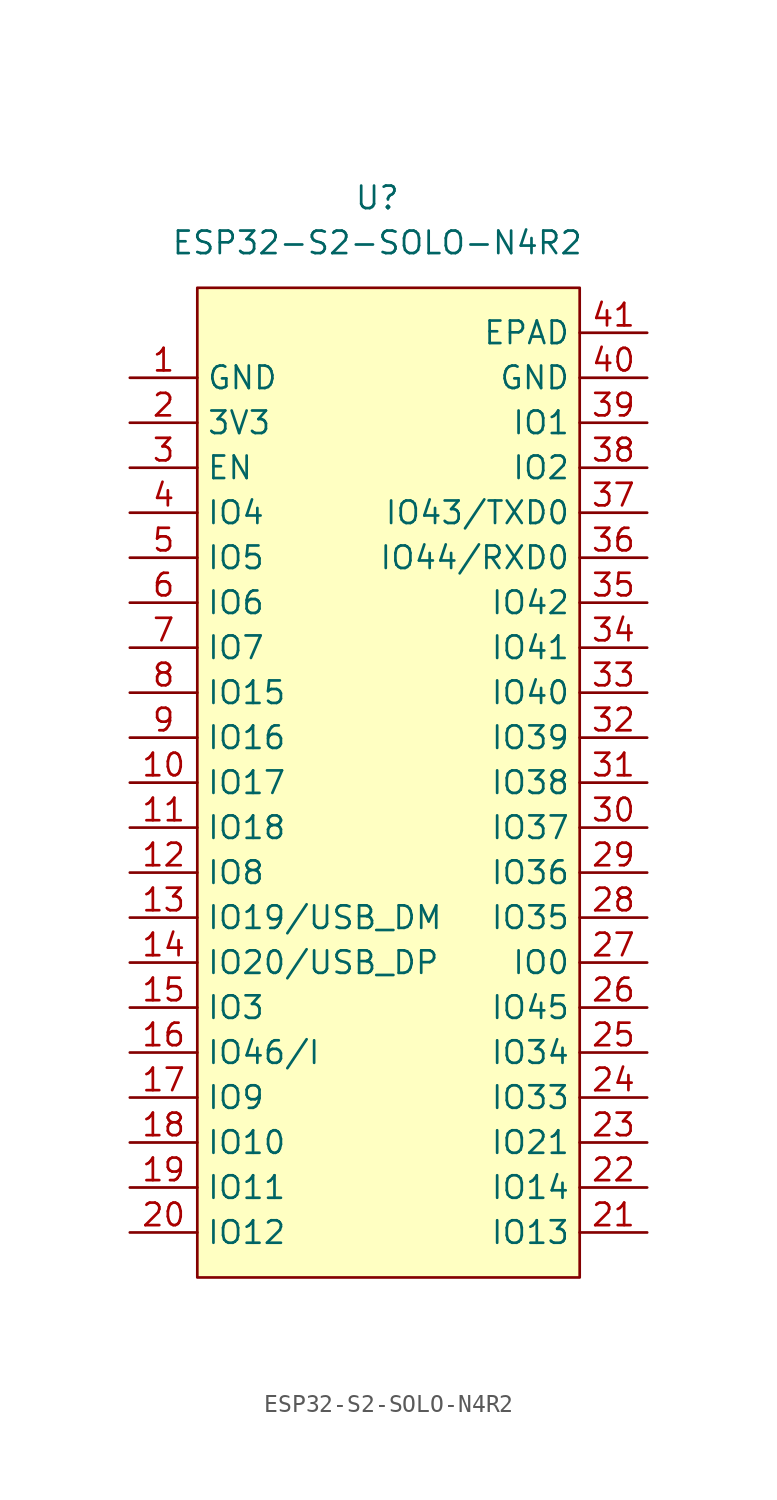
<source format=kicad_sym>
(kicad_symbol_lib
  (version 20211014)
  (generator kicad_symbol_editor)
  (symbol "ESP32-S2-SOLO-N4R2"
    (property "Reference" "U"
      (at 0 5.08 0)
      (effects (font (size 1.27 1.27))))
    (property "Value" "ESP32-S2-SOLO-N4R2"
      (at 0 2.54 0)
      (effects (font (size 1.27 1.27))))
    (symbol "ESP32-S2-SOLO-N4R2_0_1"
      (rectangle (start -10.16 0) (end 11.43 -55.88) (stroke (width 0) (type default) (color 0 0 0 0)) (fill (type background))))
    (symbol "ESP32-S2-SOLO-N4R2_1_1"
      (pin power_in line (at -13.97 -5.08 0) (length 3.81) (name "GND" (effects (font (size 1.27 1.27)))) (number "1" (effects (font (size 1.27 1.27)))))
      (pin bidirectional line (at -13.97 -27.94 0) (length 3.81) (name "IO17" (effects (font (size 1.27 1.27)))) (number "10" (effects (font (size 1.27 1.27)))))
      (pin bidirectional line (at -13.97 -30.48 0) (length 3.81) (name "IO18" (effects (font (size 1.27 1.27)))) (number "11" (effects (font (size 1.27 1.27)))))
      (pin bidirectional line (at -13.97 -33.02 0) (length 3.81) (name "IO8" (effects (font (size 1.27 1.27)))) (number "12" (effects (font (size 1.27 1.27)))))
      (pin bidirectional line (at -13.97 -35.56 0) (length 3.81) (name "IO19/USB_DM" (effects (font (size 1.27 1.27)))) (number "13" (effects (font (size 1.27 1.27)))))
      (pin bidirectional line (at -13.97 -38.1 0) (length 3.81) (name "IO20/USB_DP" (effects (font (size 1.27 1.27)))) (number "14" (effects (font (size 1.27 1.27)))))
      (pin bidirectional line (at -13.97 -40.64 0) (length 3.81) (name "IO3" (effects (font (size 1.27 1.27)))) (number "15" (effects (font (size 1.27 1.27)))))
      (pin input line (at -13.97 -43.18 0) (length 3.81) (name "IO46/I" (effects (font (size 1.27 1.27)))) (number "16" (effects (font (size 1.27 1.27)))))
      (pin bidirectional line (at -13.97 -45.72 0) (length 3.81) (name "IO9" (effects (font (size 1.27 1.27)))) (number "17" (effects (font (size 1.27 1.27)))))
      (pin bidirectional line (at -13.97 -48.26 0) (length 3.81) (name "IO10" (effects (font (size 1.27 1.27)))) (number "18" (effects (font (size 1.27 1.27)))))
      (pin bidirectional line (at -13.97 -50.8 0) (length 3.81) (name "IO11" (effects (font (size 1.27 1.27)))) (number "19" (effects (font (size 1.27 1.27)))))
      (pin power_in line (at -13.97 -7.62 0) (length 3.81) (name "3V3" (effects (font (size 1.27 1.27)))) (number "2" (effects (font (size 1.27 1.27)))))
      (pin bidirectional line (at -13.97 -53.34 0) (length 3.81) (name "IO12" (effects (font (size 1.27 1.27)))) (number "20" (effects (font (size 1.27 1.27)))))
      (pin bidirectional line (at 15.24 -53.34 180) (length 3.81) (name "IO13" (effects (font (size 1.27 1.27)))) (number "21" (effects (font (size 1.27 1.27)))))
      (pin bidirectional line (at 15.24 -50.8 180) (length 3.81) (name "IO14" (effects (font (size 1.27 1.27)))) (number "22" (effects (font (size 1.27 1.27)))))
      (pin bidirectional line (at 15.24 -48.26 180) (length 3.81) (name "IO21" (effects (font (size 1.27 1.27)))) (number "23" (effects (font (size 1.27 1.27)))))
      (pin bidirectional line (at 15.24 -45.72 180) (length 3.81) (name "IO33" (effects (font (size 1.27 1.27)))) (number "24" (effects (font (size 1.27 1.27)))))
      (pin bidirectional line (at 15.24 -43.18 180) (length 3.81) (name "IO34" (effects (font (size 1.27 1.27)))) (number "25" (effects (font (size 1.27 1.27)))))
      (pin bidirectional line (at 15.24 -40.64 180) (length 3.81) (name "IO45" (effects (font (size 1.27 1.27)))) (number "26" (effects (font (size 1.27 1.27)))))
      (pin bidirectional line (at 15.24 -38.1 180) (length 3.81) (name "IO0" (effects (font (size 1.27 1.27)))) (number "27" (effects (font (size 1.27 1.27)))))
      (pin bidirectional line (at 15.24 -35.56 180) (length 3.81) (name "IO35" (effects (font (size 1.27 1.27)))) (number "28" (effects (font (size 1.27 1.27)))))
      (pin bidirectional line (at 15.24 -33.02 180) (length 3.81) (name "IO36" (effects (font (size 1.27 1.27)))) (number "29" (effects (font (size 1.27 1.27)))))
      (pin input line (at -13.97 -10.16 0) (length 3.81) (name "EN" (effects (font (size 1.27 1.27)))) (number "3" (effects (font (size 1.27 1.27)))))
      (pin bidirectional line (at 15.24 -30.48 180) (length 3.81) (name "IO37" (effects (font (size 1.27 1.27)))) (number "30" (effects (font (size 1.27 1.27)))))
      (pin bidirectional line (at 15.24 -27.94 180) (length 3.81) (name "IO38" (effects (font (size 1.27 1.27)))) (number "31" (effects (font (size 1.27 1.27)))))
      (pin bidirectional line (at 15.24 -25.4 180) (length 3.81) (name "IO39" (effects (font (size 1.27 1.27)))) (number "32" (effects (font (size 1.27 1.27)))))
      (pin bidirectional line (at 15.24 -22.86 180) (length 3.81) (name "IO40" (effects (font (size 1.27 1.27)))) (number "33" (effects (font (size 1.27 1.27)))))
      (pin bidirectional line (at 15.24 -20.32 180) (length 3.81) (name "IO41" (effects (font (size 1.27 1.27)))) (number "34" (effects (font (size 1.27 1.27)))))
      (pin bidirectional line (at 15.24 -17.78 180) (length 3.81) (name "IO42" (effects (font (size 1.27 1.27)))) (number "35" (effects (font (size 1.27 1.27)))))
      (pin bidirectional line (at 15.24 -15.24 180) (length 3.81) (name "IO44/RXD0" (effects (font (size 1.27 1.27)))) (number "36" (effects (font (size 1.27 1.27)))))
      (pin bidirectional line (at 15.24 -12.7 180) (length 3.81) (name "IO43/TXD0" (effects (font (size 1.27 1.27)))) (number "37" (effects (font (size 1.27 1.27)))))
      (pin bidirectional line (at 15.24 -10.16 180) (length 3.81) (name "IO2" (effects (font (size 1.27 1.27)))) (number "38" (effects (font (size 1.27 1.27)))))
      (pin bidirectional line (at 15.24 -7.62 180) (length 3.81) (name "IO1" (effects (font (size 1.27 1.27)))) (number "39" (effects (font (size 1.27 1.27)))))
      (pin bidirectional line (at -13.97 -12.7 0) (length 3.81) (name "IO4" (effects (font (size 1.27 1.27)))) (number "4" (effects (font (size 1.27 1.27)))))
      (pin power_in line (at 15.24 -5.08 180) (length 3.81) (name "GND" (effects (font (size 1.27 1.27)))) (number "40" (effects (font (size 1.27 1.27)))))
      (pin power_in line (at 15.24 -2.54 180) (length 3.81) (name "EPAD" (effects (font (size 1.27 1.27)))) (number "41" (effects (font (size 1.27 1.27)))))
      (pin bidirectional line (at -13.97 -15.24 0) (length 3.81) (name "IO5" (effects (font (size 1.27 1.27)))) (number "5" (effects (font (size 1.27 1.27)))))
      (pin bidirectional line (at -13.97 -17.78 0) (length 3.81) (name "IO6" (effects (font (size 1.27 1.27)))) (number "6" (effects (font (size 1.27 1.27)))))
      (pin bidirectional line (at -13.97 -20.32 0) (length 3.81) (name "IO7" (effects (font (size 1.27 1.27)))) (number "7" (effects (font (size 1.27 1.27)))))
      (pin bidirectional line (at -13.97 -22.86 0) (length 3.81) (name "IO15" (effects (font (size 1.27 1.27)))) (number "8" (effects (font (size 1.27 1.27)))))
      (pin bidirectional line (at -13.97 -25.4 0) (length 3.81) (name "IO16" (effects (font (size 1.27 1.27)))) (number "9" (effects (font (size 1.27 1.27))))))))
</source>
